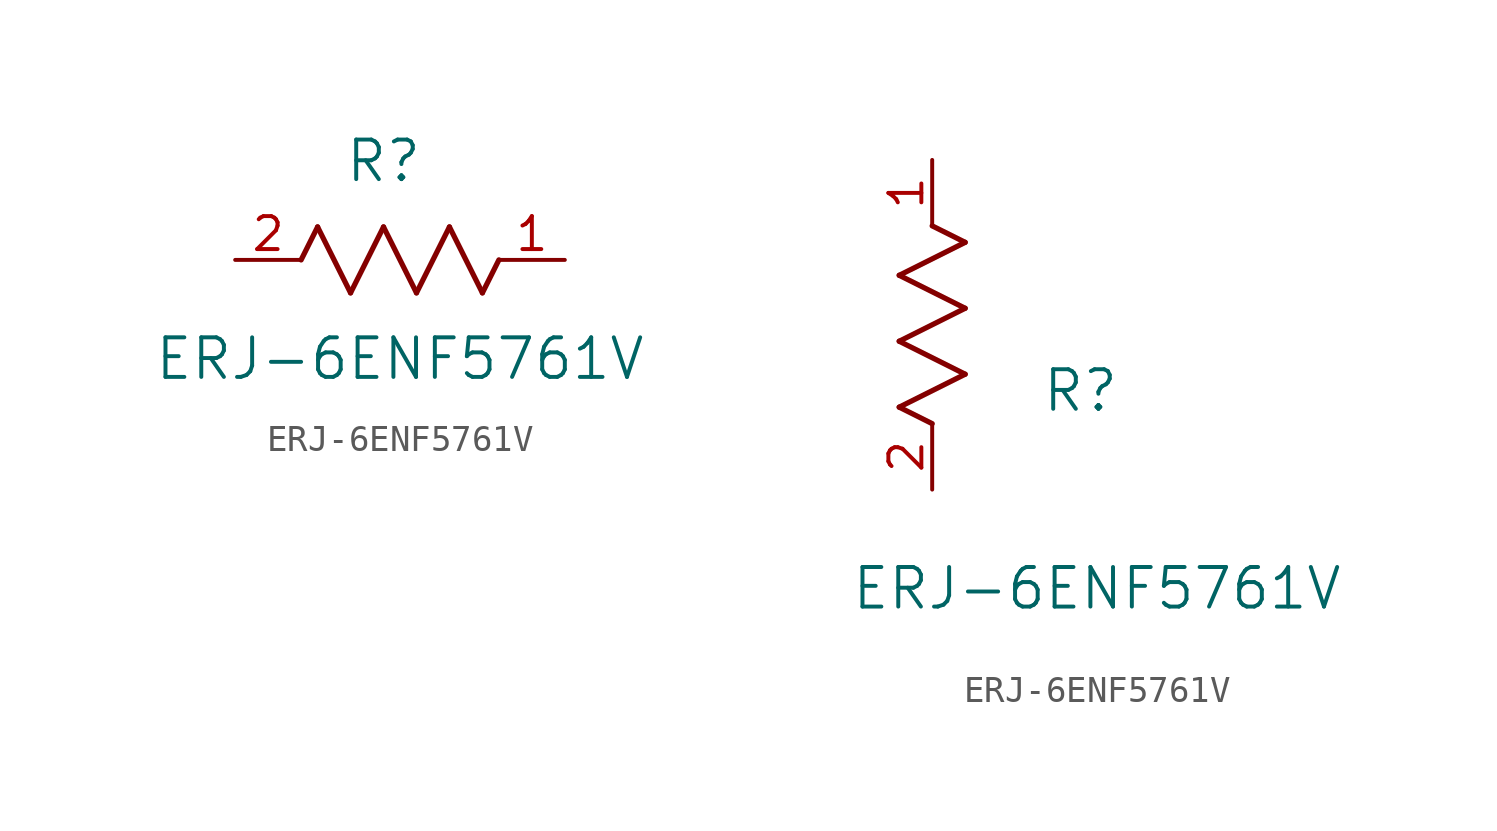
<source format=kicad_sym>
(kicad_symbol_lib
  (version 20211014)
  (generator kicad_symbol_editor)
  (symbol "ERJ-6ENF5761V"
    (pin_names
      (offset 0.254))
    (property "Reference" "R"
      (at 5.715 3.81 0)
      (effects (font (size 1.524 1.524))))
    (property "Value" "ERJ-6ENF5761V"
      (at 6.35 -3.81 0)
      (effects (font (size 1.524 1.524))))
    (symbol "ERJ-6ENF5761V_1_1"
      (polyline (pts (xy 3.175 1.27) (xy 4.445 -1.27)) (stroke (width 0.203) (type default) (color 0 0 0 0)) (fill (type none)))
      (polyline (pts (xy 4.445 -1.27) (xy 5.715 1.27)) (stroke (width 0.203) (type default) (color 0 0 0 0)) (fill (type none)))
      (polyline (pts (xy 5.715 1.27) (xy 6.985 -1.27)) (stroke (width 0.203) (type default) (color 0 0 0 0)) (fill (type none)))
      (polyline (pts (xy 6.985 -1.27) (xy 8.255 1.27)) (stroke (width 0.203) (type default) (color 0 0 0 0)) (fill (type none)))
      (polyline (pts (xy 8.255 1.27) (xy 9.525 -1.27)) (stroke (width 0.203) (type default) (color 0 0 0 0)) (fill (type none)))
      (polyline (pts (xy 2.54 0) (xy 3.175 1.27)) (stroke (width 0.203) (type default) (color 0 0 0 0)) (fill (type none)))
      (polyline (pts (xy 9.525 -1.27) (xy 10.16 0)) (stroke (width 0.203) (type default) (color 0 0 0 0)) (fill (type none)))
      (pin unspecified line (at 12.7 0 180) (length 2.54) (name "" (effects (font (size 1.27 1.27)))) (number "1" (effects (font (size 1.27 1.27)))))
      (pin unspecified line (at 0 0 0) (length 2.54) (name "" (effects (font (size 1.27 1.27)))) (number "2" (effects (font (size 1.27 1.27))))))
    (symbol "ERJ-6ENF5761V_1_2"
      (polyline (pts (xy 0 2.54) (xy -1.27 3.175)) (stroke (width 0.203) (type default) (color 0 0 0 0)) (fill (type none)))
      (polyline (pts (xy -1.27 3.175) (xy 1.27 4.445)) (stroke (width 0.203) (type default) (color 0 0 0 0)) (fill (type none)))
      (polyline (pts (xy 1.27 4.445) (xy -1.27 5.715)) (stroke (width 0.203) (type default) (color 0 0 0 0)) (fill (type none)))
      (polyline (pts (xy -1.27 5.715) (xy 1.27 6.985)) (stroke (width 0.203) (type default) (color 0 0 0 0)) (fill (type none)))
      (polyline (pts (xy -1.27 8.255) (xy 1.27 9.525)) (stroke (width 0.203) (type default) (color 0 0 0 0)) (fill (type none)))
      (polyline (pts (xy 1.27 9.525) (xy 0 10.16)) (stroke (width 0.203) (type default) (color 0 0 0 0)) (fill (type none)))
      (polyline (pts (xy 1.27 6.985) (xy -1.27 8.255)) (stroke (width 0.203) (type default) (color 0 0 0 0)) (fill (type none)))
      (pin unspecified line (at 0 12.7 270) (length 2.54) (name "" (effects (font (size 1.27 1.27)))) (number "1" (effects (font (size 1.27 1.27)))))
      (pin unspecified line (at 0 0 90) (length 2.54) (name "" (effects (font (size 1.27 1.27)))) (number "2" (effects (font (size 1.27 1.27))))))))
</source>
